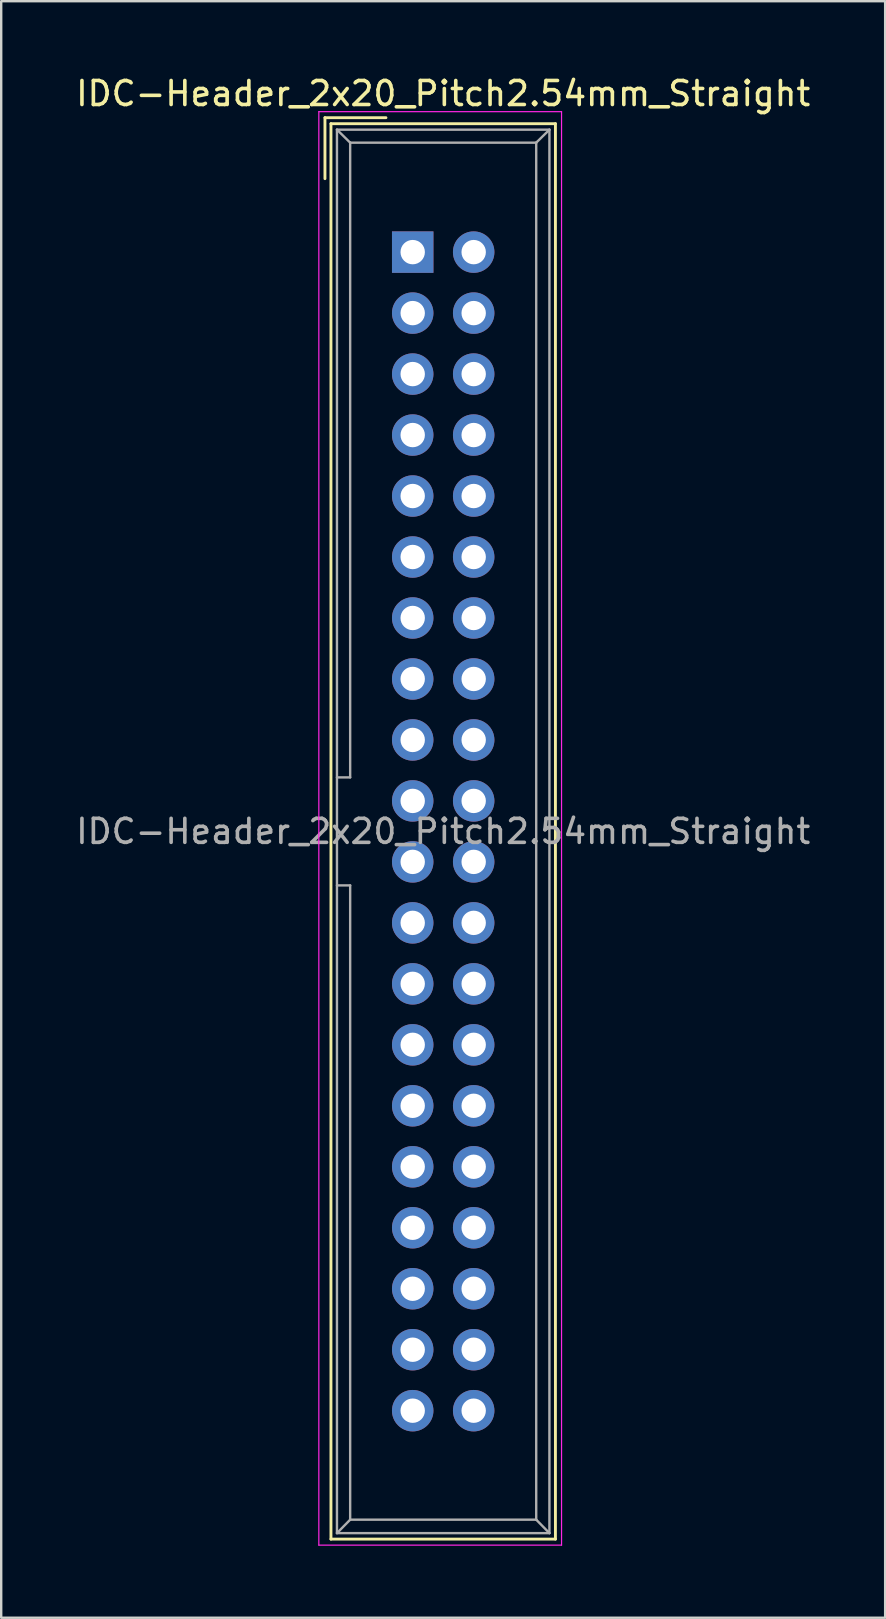
<source format=kicad_pcb>
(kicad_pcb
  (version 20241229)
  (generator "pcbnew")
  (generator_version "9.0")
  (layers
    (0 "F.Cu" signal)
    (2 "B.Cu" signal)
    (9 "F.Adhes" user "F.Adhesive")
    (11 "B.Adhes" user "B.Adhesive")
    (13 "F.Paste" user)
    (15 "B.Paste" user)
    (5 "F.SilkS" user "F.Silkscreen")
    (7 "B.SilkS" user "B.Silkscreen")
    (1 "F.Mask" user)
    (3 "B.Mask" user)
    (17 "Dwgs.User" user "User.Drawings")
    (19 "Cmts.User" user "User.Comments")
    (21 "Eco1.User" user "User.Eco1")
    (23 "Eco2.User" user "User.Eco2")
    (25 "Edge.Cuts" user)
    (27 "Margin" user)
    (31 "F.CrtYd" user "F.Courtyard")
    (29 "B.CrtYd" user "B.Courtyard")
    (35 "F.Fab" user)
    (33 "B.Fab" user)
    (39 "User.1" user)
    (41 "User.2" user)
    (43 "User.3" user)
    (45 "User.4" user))
  (footprint "IDC-Header_2x20_Pitch2.54mm_Straight"
    (layer "F.Cu")
    (at 14.141 7.452)
    (property "Reference" "IDC-Header_2x20_Pitch2.54mm_Straight" (at 1.27 -6.604 0) (layer "F.SilkS") (effects (font (size 1 1) (thickness 0.15))))
    (attr through_hole)
    (fp_line (start -3.655 -5.6) (end -3.655 -3.06) (stroke (width 0.12) (type solid)) (layer "F.SilkS"))
    (fp_line (start -3.655 -5.6) (end -1.115 -5.6) (stroke (width 0.12) (type solid)) (layer "F.SilkS"))
    (fp_line (start -3.405 -5.35) (end 5.945 -5.35) (stroke (width 0.12) (type solid)) (layer "F.SilkS"))
    (fp_line (start -3.405 53.61) (end -3.405 -5.35) (stroke (width 0.12) (type solid)) (layer "F.SilkS"))
    (fp_line (start 5.945 -5.35) (end 5.945 53.61) (stroke (width 0.12) (type solid)) (layer "F.SilkS"))
    (fp_line (start 5.945 53.61) (end -3.405 53.61) (stroke (width 0.12) (type solid)) (layer "F.SilkS"))
    (fp_line (start -3.91 -5.85) (end 6.2 -5.85) (stroke (width 0.05) (type solid)) (layer "F.CrtYd"))
    (fp_line (start -3.91 53.86) (end -3.91 -5.85) (stroke (width 0.05) (type solid)) (layer "F.CrtYd"))
    (fp_line (start 6.2 -5.85) (end 6.2 53.86) (stroke (width 0.05) (type solid)) (layer "F.CrtYd"))
    (fp_line (start 6.2 53.86) (end -3.91 53.86) (stroke (width 0.05) (type solid)) (layer "F.CrtYd"))
    (fp_line (start -3.155 -5.1) (end -3.155 53.36) (stroke (width 0.1) (type solid)) (layer "F.Fab"))
    (fp_line (start -3.155 -5.1) (end -2.605 -4.56) (stroke (width 0.1) (type solid)) (layer "F.Fab"))
    (fp_line (start -3.155 53.36) (end -2.605 52.8) (stroke (width 0.1) (type solid)) (layer "F.Fab"))
    (fp_line (start -2.605 -4.56) (end -2.605 21.88) (stroke (width 0.1) (type solid)) (layer "F.Fab"))
    (fp_line (start -2.605 21.88) (end -3.155 21.88) (stroke (width 0.1) (type solid)) (layer "F.Fab"))
    (fp_line (start -2.605 26.38) (end -3.155 26.38) (stroke (width 0.1) (type solid)) (layer "F.Fab"))
    (fp_line (start -2.605 26.38) (end -2.605 52.8) (stroke (width 0.1) (type solid)) (layer "F.Fab"))
    (fp_line (start 5.145 -4.56) (end -2.605 -4.56) (stroke (width 0.1) (type solid)) (layer "F.Fab"))
    (fp_line (start 5.145 -4.56) (end 5.145 52.8) (stroke (width 0.1) (type solid)) (layer "F.Fab"))
    (fp_line (start 5.145 52.8) (end -2.605 52.8) (stroke (width 0.1) (type solid)) (layer "F.Fab"))
    (fp_line (start 5.695 -5.1) (end -3.155 -5.1) (stroke (width 0.1) (type solid)) (layer "F.Fab"))
    (fp_line (start 5.695 -5.1) (end 5.145 -4.56) (stroke (width 0.1) (type solid)) (layer "F.Fab"))
    (fp_line (start 5.695 -5.1) (end 5.695 53.36) (stroke (width 0.1) (type solid)) (layer "F.Fab"))
    (fp_line (start 5.695 53.36) (end -3.155 53.36) (stroke (width 0.1) (type solid)) (layer "F.Fab"))
    (fp_line (start 5.695 53.36) (end 5.145 52.8) (stroke (width 0.1) (type solid)) (layer "F.Fab"))
    (fp_text user "${REFERENCE}" (at 1.27 24.13 0) (layer "F.Fab") (effects (font (size 1 1) (thickness 0.15))))
    (pad "1" thru_hole rect (at 0 0) (size 1.727 1.727) (drill 1.016) (layers "*.Cu" "*.Mask"))
    (pad "2" thru_hole oval (at 2.54 0) (size 1.727 1.727) (drill 1.016) (layers "*.Cu" "*.Mask"))
    (pad "3" thru_hole oval (at 0 2.54) (size 1.727 1.727) (drill 1.016) (layers "*.Cu" "*.Mask"))
    (pad "4" thru_hole oval (at 2.54 2.54) (size 1.727 1.727) (drill 1.016) (layers "*.Cu" "*.Mask"))
    (pad "5" thru_hole oval (at 0 5.08) (size 1.727 1.727) (drill 1.016) (layers "*.Cu" "*.Mask"))
    (pad "6" thru_hole oval (at 2.54 5.08) (size 1.727 1.727) (drill 1.016) (layers "*.Cu" "*.Mask"))
    (pad "7" thru_hole oval (at 0 7.62) (size 1.727 1.727) (drill 1.016) (layers "*.Cu" "*.Mask"))
    (pad "8" thru_hole oval (at 2.54 7.62) (size 1.727 1.727) (drill 1.016) (layers "*.Cu" "*.Mask"))
    (pad "9" thru_hole oval (at 0 10.16) (size 1.727 1.727) (drill 1.016) (layers "*.Cu" "*.Mask"))
    (pad "10" thru_hole oval (at 2.54 10.16) (size 1.727 1.727) (drill 1.016) (layers "*.Cu" "*.Mask"))
    (pad "11" thru_hole oval (at 0 12.7) (size 1.727 1.727) (drill 1.016) (layers "*.Cu" "*.Mask"))
    (pad "12" thru_hole oval (at 2.54 12.7) (size 1.727 1.727) (drill 1.016) (layers "*.Cu" "*.Mask"))
    (pad "13" thru_hole oval (at 0 15.24) (size 1.727 1.727) (drill 1.016) (layers "*.Cu" "*.Mask"))
    (pad "14" thru_hole oval (at 2.54 15.24) (size 1.727 1.727) (drill 1.016) (layers "*.Cu" "*.Mask"))
    (pad "15" thru_hole oval (at 0 17.78) (size 1.727 1.727) (drill 1.016) (layers "*.Cu" "*.Mask"))
    (pad "16" thru_hole oval (at 2.54 17.78) (size 1.727 1.727) (drill 1.016) (layers "*.Cu" "*.Mask"))
    (pad "17" thru_hole oval (at 0 20.32) (size 1.727 1.727) (drill 1.016) (layers "*.Cu" "*.Mask"))
    (pad "18" thru_hole oval (at 2.54 20.32) (size 1.727 1.727) (drill 1.016) (layers "*.Cu" "*.Mask"))
    (pad "19" thru_hole oval (at 0 22.86) (size 1.727 1.727) (drill 1.016) (layers "*.Cu" "*.Mask"))
    (pad "20" thru_hole oval (at 2.54 22.86) (size 1.727 1.727) (drill 1.016) (layers "*.Cu" "*.Mask"))
    (pad "21" thru_hole oval (at 0 25.4) (size 1.727 1.727) (drill 1.016) (layers "*.Cu" "*.Mask"))
    (pad "22" thru_hole oval (at 2.54 25.4) (size 1.727 1.727) (drill 1.016) (layers "*.Cu" "*.Mask"))
    (pad "23" thru_hole oval (at 0 27.94) (size 1.727 1.727) (drill 1.016) (layers "*.Cu" "*.Mask"))
    (pad "24" thru_hole oval (at 2.54 27.94) (size 1.727 1.727) (drill 1.016) (layers "*.Cu" "*.Mask"))
    (pad "25" thru_hole oval (at 0 30.48) (size 1.727 1.727) (drill 1.016) (layers "*.Cu" "*.Mask"))
    (pad "26" thru_hole oval (at 2.54 30.48) (size 1.727 1.727) (drill 1.016) (layers "*.Cu" "*.Mask"))
    (pad "27" thru_hole oval (at 0 33.02) (size 1.727 1.727) (drill 1.016) (layers "*.Cu" "*.Mask"))
    (pad "28" thru_hole oval (at 2.54 33.02) (size 1.727 1.727) (drill 1.016) (layers "*.Cu" "*.Mask"))
    (pad "29" thru_hole oval (at 0 35.56) (size 1.727 1.727) (drill 1.016) (layers "*.Cu" "*.Mask"))
    (pad "30" thru_hole oval (at 2.54 35.56) (size 1.727 1.727) (drill 1.016) (layers "*.Cu" "*.Mask"))
    (pad "31" thru_hole oval (at 0 38.1) (size 1.727 1.727) (drill 1.016) (layers "*.Cu" "*.Mask"))
    (pad "32" thru_hole oval (at 2.54 38.1) (size 1.727 1.727) (drill 1.016) (layers "*.Cu" "*.Mask"))
    (pad "33" thru_hole oval (at 0 40.64) (size 1.727 1.727) (drill 1.016) (layers "*.Cu" "*.Mask"))
    (pad "34" thru_hole oval (at 2.54 40.64) (size 1.727 1.727) (drill 1.016) (layers "*.Cu" "*.Mask"))
    (pad "35" thru_hole oval (at 0 43.18) (size 1.727 1.727) (drill 1.016) (layers "*.Cu" "*.Mask"))
    (pad "36" thru_hole oval (at 2.54 43.18) (size 1.727 1.727) (drill 1.016) (layers "*.Cu" "*.Mask"))
    (pad "37" thru_hole oval (at 0 45.72) (size 1.727 1.727) (drill 1.016) (layers "*.Cu" "*.Mask"))
    (pad "38" thru_hole oval (at 2.54 45.72) (size 1.727 1.727) (drill 1.016) (layers "*.Cu" "*.Mask"))
    (pad "39" thru_hole oval (at 0 48.26) (size 1.727 1.727) (drill 1.016) (layers "*.Cu" "*.Mask"))
    (pad "40" thru_hole oval (at 2.54 48.26) (size 1.727 1.727) (drill 1.016) (layers "*.Cu" "*.Mask")))
  (gr_rect
    (start -3 -3)
    (end 33.821 64.337)
    (stroke (width 0.1) (type default))
    (fill no)
    (layer "Edge.Cuts")))
</source>
